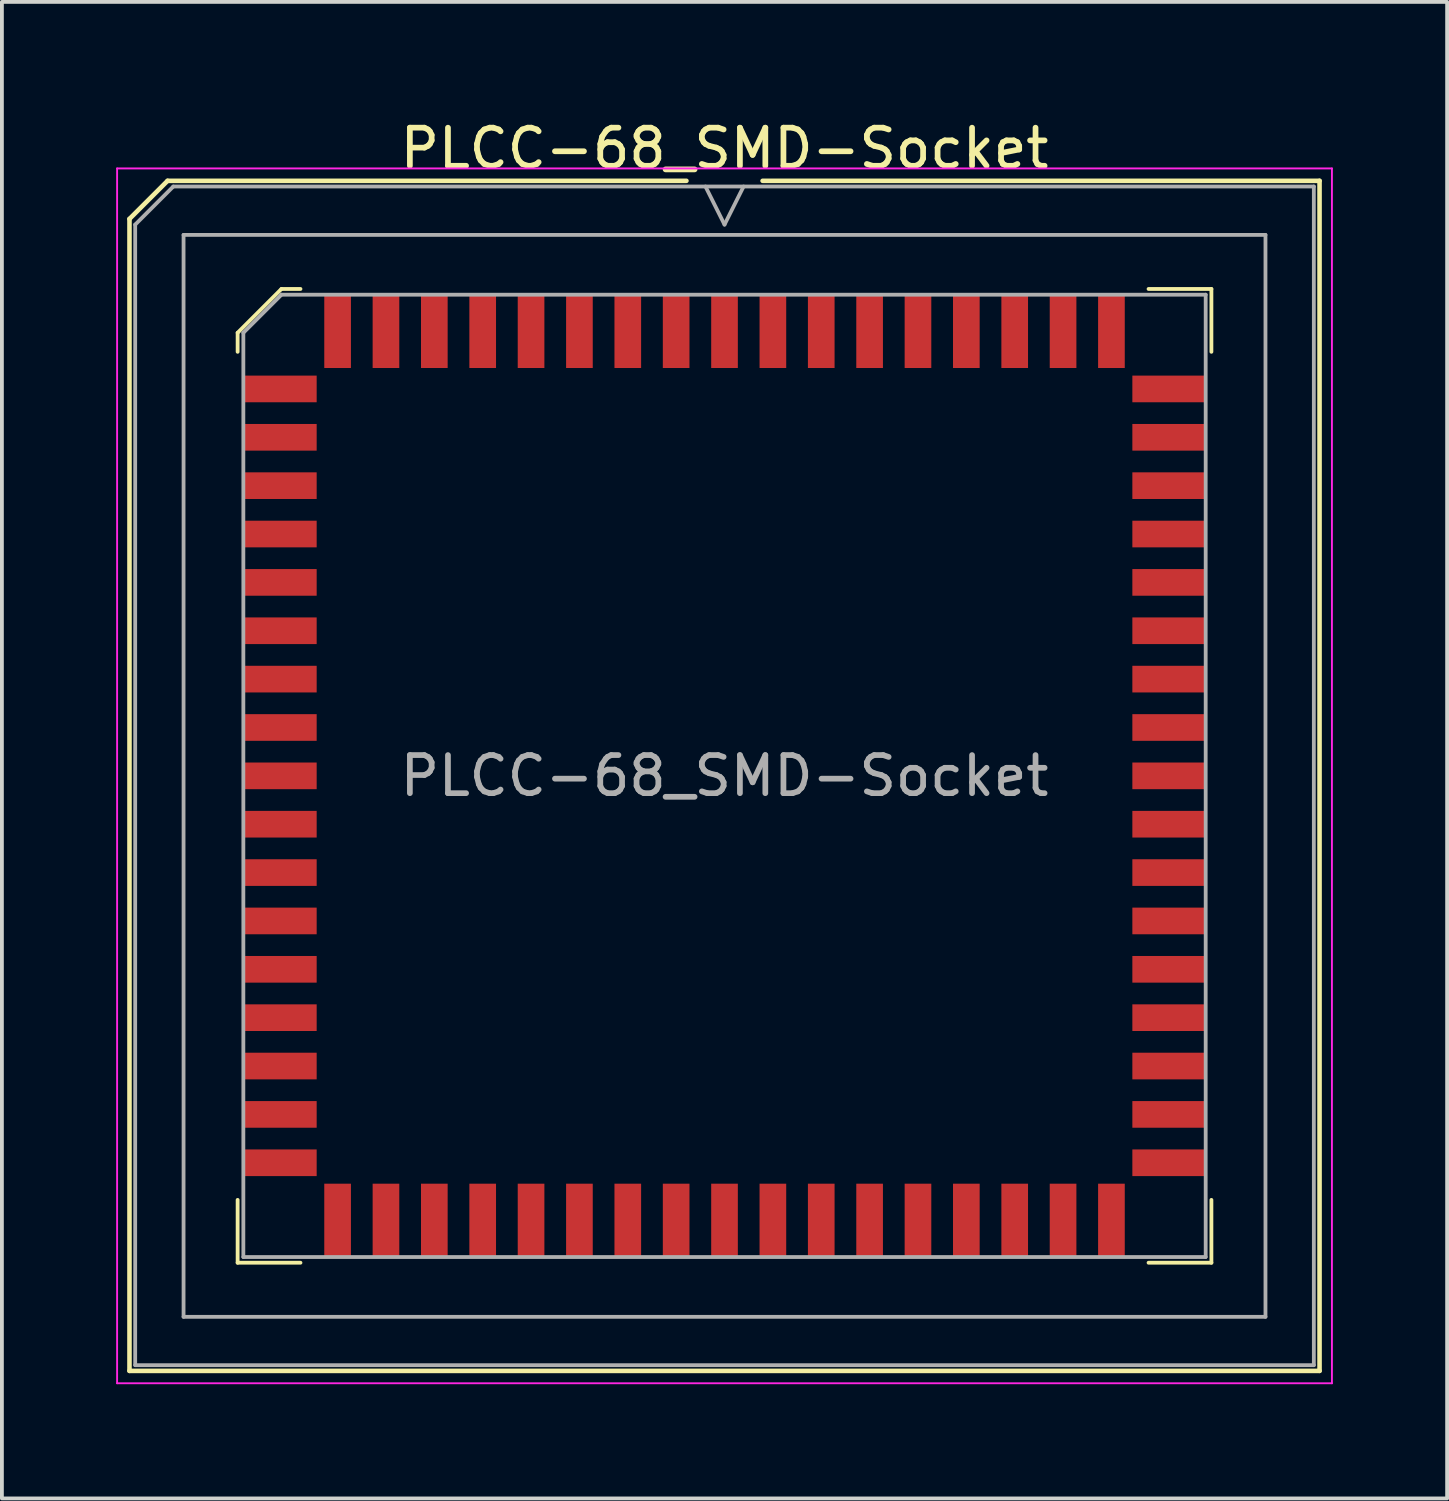
<source format=kicad_pcb>
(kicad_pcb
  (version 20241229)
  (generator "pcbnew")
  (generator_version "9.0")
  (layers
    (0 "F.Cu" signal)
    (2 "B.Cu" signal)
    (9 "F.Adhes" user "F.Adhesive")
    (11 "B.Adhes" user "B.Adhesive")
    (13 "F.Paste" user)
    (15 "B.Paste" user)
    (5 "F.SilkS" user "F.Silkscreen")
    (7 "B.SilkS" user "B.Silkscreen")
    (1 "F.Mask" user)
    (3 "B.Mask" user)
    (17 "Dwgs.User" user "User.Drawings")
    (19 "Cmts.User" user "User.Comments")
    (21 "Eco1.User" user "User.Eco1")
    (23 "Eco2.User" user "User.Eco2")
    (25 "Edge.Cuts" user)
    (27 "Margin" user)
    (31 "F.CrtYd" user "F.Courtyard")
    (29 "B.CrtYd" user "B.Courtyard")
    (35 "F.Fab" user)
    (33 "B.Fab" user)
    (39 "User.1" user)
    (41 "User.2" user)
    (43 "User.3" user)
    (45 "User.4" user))
  (footprint "PLCC-68_SMD-Socket"
    (layer "F.Cu")
    (at 15.975 17.323)
    (property "Reference" "PLCC-68_SMD-Socket" (at 0 -16.475 0) (layer "F.SilkS") (effects (font (size 1 1) (thickness 0.15))))
    (attr smd)
    (fp_line (start -15.625 -14.625) (end -15.625 15.625) (stroke (width 0.12) (type solid)) (layer "F.SilkS"))
    (fp_line (start -15.625 15.625) (end 15.625 15.625) (stroke (width 0.12) (type solid)) (layer "F.SilkS"))
    (fp_line (start -14.625 -15.625) (end -15.625 -14.625) (stroke (width 0.12) (type solid)) (layer "F.SilkS"))
    (fp_line (start -12.785 -11.635) (end -12.785 -11.135) (stroke (width 0.1) (type solid)) (layer "F.SilkS"))
    (fp_line (start -12.785 12.785) (end -12.785 11.135) (stroke (width 0.1) (type solid)) (layer "F.SilkS"))
    (fp_line (start -11.635 -12.785) (end -12.785 -11.635) (stroke (width 0.1) (type solid)) (layer "F.SilkS"))
    (fp_line (start -11.135 -12.785) (end -11.635 -12.785) (stroke (width 0.1) (type solid)) (layer "F.SilkS"))
    (fp_line (start -11.135 12.785) (end -12.785 12.785) (stroke (width 0.1) (type solid)) (layer "F.SilkS"))
    (fp_line (start -1 -15.625) (end -14.625 -15.625) (stroke (width 0.12) (type solid)) (layer "F.SilkS"))
    (fp_line (start 11.135 -12.785) (end 12.785 -12.785) (stroke (width 0.1) (type solid)) (layer "F.SilkS"))
    (fp_line (start 11.135 12.785) (end 12.785 12.785) (stroke (width 0.1) (type solid)) (layer "F.SilkS"))
    (fp_line (start 12.785 -12.785) (end 12.785 -11.135) (stroke (width 0.1) (type solid)) (layer "F.SilkS"))
    (fp_line (start 12.785 12.785) (end 12.785 11.135) (stroke (width 0.1) (type solid)) (layer "F.SilkS"))
    (fp_line (start 15.625 -15.625) (end 1 -15.625) (stroke (width 0.12) (type solid)) (layer "F.SilkS"))
    (fp_line (start 15.625 15.625) (end 15.625 -15.625) (stroke (width 0.12) (type solid)) (layer "F.SilkS"))
    (fp_line (start -15.95 -15.95) (end -15.95 15.95) (stroke (width 0.05) (type solid)) (layer "F.CrtYd"))
    (fp_line (start -15.95 15.95) (end 15.95 15.95) (stroke (width 0.05) (type solid)) (layer "F.CrtYd"))
    (fp_line (start 15.95 -15.95) (end -15.95 -15.95) (stroke (width 0.05) (type solid)) (layer "F.CrtYd"))
    (fp_line (start 15.95 15.95) (end 15.95 -15.95) (stroke (width 0.05) (type solid)) (layer "F.CrtYd"))
    (fp_line (start -15.475 -14.475) (end -15.475 15.475) (stroke (width 0.1) (type solid)) (layer "F.Fab"))
    (fp_line (start -15.475 15.475) (end 15.475 15.475) (stroke (width 0.1) (type solid)) (layer "F.Fab"))
    (fp_line (start -14.475 -15.475) (end -15.475 -14.475) (stroke (width 0.1) (type solid)) (layer "F.Fab"))
    (fp_line (start -14.205 -14.205) (end -14.205 14.205) (stroke (width 0.1) (type solid)) (layer "F.Fab"))
    (fp_line (start -14.205 14.205) (end 14.205 14.205) (stroke (width 0.1) (type solid)) (layer "F.Fab"))
    (fp_line (start -12.635 -11.635) (end -12.635 12.635) (stroke (width 0.1) (type solid)) (layer "F.Fab"))
    (fp_line (start -12.635 12.635) (end 12.635 12.635) (stroke (width 0.1) (type solid)) (layer "F.Fab"))
    (fp_line (start -11.635 -12.635) (end -12.635 -11.635) (stroke (width 0.1) (type solid)) (layer "F.Fab"))
    (fp_line (start -0.5 -15.475) (end 0 -14.475) (stroke (width 0.1) (type solid)) (layer "F.Fab"))
    (fp_line (start 0 -14.475) (end 0.5 -15.475) (stroke (width 0.1) (type solid)) (layer "F.Fab"))
    (fp_line (start 12.635 -12.635) (end -11.635 -12.635) (stroke (width 0.1) (type solid)) (layer "F.Fab"))
    (fp_line (start 12.635 12.635) (end 12.635 -12.635) (stroke (width 0.1) (type solid)) (layer "F.Fab"))
    (fp_line (start 14.205 -14.205) (end -14.205 -14.205) (stroke (width 0.1) (type solid)) (layer "F.Fab"))
    (fp_line (start 14.205 14.205) (end 14.205 -14.205) (stroke (width 0.1) (type solid)) (layer "F.Fab"))
    (fp_line (start 15.475 -15.475) (end -14.475 -15.475) (stroke (width 0.1) (type solid)) (layer "F.Fab"))
    (fp_line (start 15.475 15.475) (end 15.475 -15.475) (stroke (width 0.1) (type solid)) (layer "F.Fab"))
    (fp_text user "${REFERENCE}" (at 0 0 0) (layer "F.Fab") (effects (font (size 1 1) (thickness 0.15))))
    (pad "1" smd rect (at 0 -11.672) (size 0.7 1.925) (layers "F.Cu" "F.Mask" "F.Paste"))
    (pad "2" smd rect (at -1.27 -11.672) (size 0.7 1.925) (layers "F.Cu" "F.Mask" "F.Paste"))
    (pad "3" smd rect (at -2.54 -11.672) (size 0.7 1.925) (layers "F.Cu" "F.Mask" "F.Paste"))
    (pad "4" smd rect (at -3.81 -11.672) (size 0.7 1.925) (layers "F.Cu" "F.Mask" "F.Paste"))
    (pad "5" smd rect (at -5.08 -11.672) (size 0.7 1.925) (layers "F.Cu" "F.Mask" "F.Paste"))
    (pad "6" smd rect (at -6.35 -11.672) (size 0.7 1.925) (layers "F.Cu" "F.Mask" "F.Paste"))
    (pad "7" smd rect (at -7.62 -11.672) (size 0.7 1.925) (layers "F.Cu" "F.Mask" "F.Paste"))
    (pad "8" smd rect (at -8.89 -11.672) (size 0.7 1.925) (layers "F.Cu" "F.Mask" "F.Paste"))
    (pad "9" smd rect (at -10.16 -11.672) (size 0.7 1.925) (layers "F.Cu" "F.Mask" "F.Paste"))
    (pad "10" smd rect (at -11.672 -10.16) (size 1.925 0.7) (layers "F.Cu" "F.Mask" "F.Paste"))
    (pad "11" smd rect (at -11.672 -8.89) (size 1.925 0.7) (layers "F.Cu" "F.Mask" "F.Paste"))
    (pad "12" smd rect (at -11.672 -7.62) (size 1.925 0.7) (layers "F.Cu" "F.Mask" "F.Paste"))
    (pad "13" smd rect (at -11.672 -6.35) (size 1.925 0.7) (layers "F.Cu" "F.Mask" "F.Paste"))
    (pad "14" smd rect (at -11.672 -5.08) (size 1.925 0.7) (layers "F.Cu" "F.Mask" "F.Paste"))
    (pad "15" smd rect (at -11.672 -3.81) (size 1.925 0.7) (layers "F.Cu" "F.Mask" "F.Paste"))
    (pad "16" smd rect (at -11.672 -2.54) (size 1.925 0.7) (layers "F.Cu" "F.Mask" "F.Paste"))
    (pad "17" smd rect (at -11.672 -1.27) (size 1.925 0.7) (layers "F.Cu" "F.Mask" "F.Paste"))
    (pad "18" smd rect (at -11.672 0) (size 1.925 0.7) (layers "F.Cu" "F.Mask" "F.Paste"))
    (pad "19" smd rect (at -11.672 1.27) (size 1.925 0.7) (layers "F.Cu" "F.Mask" "F.Paste"))
    (pad "20" smd rect (at -11.672 2.54) (size 1.925 0.7) (layers "F.Cu" "F.Mask" "F.Paste"))
    (pad "21" smd rect (at -11.672 3.81) (size 1.925 0.7) (layers "F.Cu" "F.Mask" "F.Paste"))
    (pad "22" smd rect (at -11.672 5.08) (size 1.925 0.7) (layers "F.Cu" "F.Mask" "F.Paste"))
    (pad "23" smd rect (at -11.672 6.35) (size 1.925 0.7) (layers "F.Cu" "F.Mask" "F.Paste"))
    (pad "24" smd rect (at -11.672 7.62) (size 1.925 0.7) (layers "F.Cu" "F.Mask" "F.Paste"))
    (pad "25" smd rect (at -11.672 8.89) (size 1.925 0.7) (layers "F.Cu" "F.Mask" "F.Paste"))
    (pad "26" smd rect (at -11.672 10.16) (size 1.925 0.7) (layers "F.Cu" "F.Mask" "F.Paste"))
    (pad "27" smd rect (at -10.16 11.672) (size 0.7 1.925) (layers "F.Cu" "F.Mask" "F.Paste"))
    (pad "28" smd rect (at -8.89 11.672) (size 0.7 1.925) (layers "F.Cu" "F.Mask" "F.Paste"))
    (pad "29" smd rect (at -7.62 11.672) (size 0.7 1.925) (layers "F.Cu" "F.Mask" "F.Paste"))
    (pad "30" smd rect (at -6.35 11.672) (size 0.7 1.925) (layers "F.Cu" "F.Mask" "F.Paste"))
    (pad "31" smd rect (at -5.08 11.672) (size 0.7 1.925) (layers "F.Cu" "F.Mask" "F.Paste"))
    (pad "32" smd rect (at -3.81 11.672) (size 0.7 1.925) (layers "F.Cu" "F.Mask" "F.Paste"))
    (pad "33" smd rect (at -2.54 11.672) (size 0.7 1.925) (layers "F.Cu" "F.Mask" "F.Paste"))
    (pad "34" smd rect (at -1.27 11.672) (size 0.7 1.925) (layers "F.Cu" "F.Mask" "F.Paste"))
    (pad "35" smd rect (at 0 11.672) (size 0.7 1.925) (layers "F.Cu" "F.Mask" "F.Paste"))
    (pad "36" smd rect (at 1.27 11.672) (size 0.7 1.925) (layers "F.Cu" "F.Mask" "F.Paste"))
    (pad "37" smd rect (at 2.54 11.672) (size 0.7 1.925) (layers "F.Cu" "F.Mask" "F.Paste"))
    (pad "38" smd rect (at 3.81 11.672) (size 0.7 1.925) (layers "F.Cu" "F.Mask" "F.Paste"))
    (pad "39" smd rect (at 5.08 11.672) (size 0.7 1.925) (layers "F.Cu" "F.Mask" "F.Paste"))
    (pad "40" smd rect (at 6.35 11.672) (size 0.7 1.925) (layers "F.Cu" "F.Mask" "F.Paste"))
    (pad "41" smd rect (at 7.62 11.672) (size 0.7 1.925) (layers "F.Cu" "F.Mask" "F.Paste"))
    (pad "42" smd rect (at 8.89 11.672) (size 0.7 1.925) (layers "F.Cu" "F.Mask" "F.Paste"))
    (pad "43" smd rect (at 10.16 11.672) (size 0.7 1.925) (layers "F.Cu" "F.Mask" "F.Paste"))
    (pad "44" smd rect (at 11.672 10.16) (size 1.925 0.7) (layers "F.Cu" "F.Mask" "F.Paste"))
    (pad "45" smd rect (at 11.672 8.89) (size 1.925 0.7) (layers "F.Cu" "F.Mask" "F.Paste"))
    (pad "46" smd rect (at 11.672 7.62) (size 1.925 0.7) (layers "F.Cu" "F.Mask" "F.Paste"))
    (pad "47" smd rect (at 11.672 6.35) (size 1.925 0.7) (layers "F.Cu" "F.Mask" "F.Paste"))
    (pad "48" smd rect (at 11.672 5.08) (size 1.925 0.7) (layers "F.Cu" "F.Mask" "F.Paste"))
    (pad "49" smd rect (at 11.672 3.81) (size 1.925 0.7) (layers "F.Cu" "F.Mask" "F.Paste"))
    (pad "50" smd rect (at 11.672 2.54) (size 1.925 0.7) (layers "F.Cu" "F.Mask" "F.Paste"))
    (pad "51" smd rect (at 11.672 1.27) (size 1.925 0.7) (layers "F.Cu" "F.Mask" "F.Paste"))
    (pad "52" smd rect (at 11.672 0) (size 1.925 0.7) (layers "F.Cu" "F.Mask" "F.Paste"))
    (pad "53" smd rect (at 11.672 -1.27) (size 1.925 0.7) (layers "F.Cu" "F.Mask" "F.Paste"))
    (pad "54" smd rect (at 11.672 -2.54) (size 1.925 0.7) (layers "F.Cu" "F.Mask" "F.Paste"))
    (pad "55" smd rect (at 11.672 -3.81) (size 1.925 0.7) (layers "F.Cu" "F.Mask" "F.Paste"))
    (pad "56" smd rect (at 11.672 -5.08) (size 1.925 0.7) (layers "F.Cu" "F.Mask" "F.Paste"))
    (pad "57" smd rect (at 11.672 -6.35) (size 1.925 0.7) (layers "F.Cu" "F.Mask" "F.Paste"))
    (pad "58" smd rect (at 11.672 -7.62) (size 1.925 0.7) (layers "F.Cu" "F.Mask" "F.Paste"))
    (pad "59" smd rect (at 11.672 -8.89) (size 1.925 0.7) (layers "F.Cu" "F.Mask" "F.Paste"))
    (pad "60" smd rect (at 11.672 -10.16) (size 1.925 0.7) (layers "F.Cu" "F.Mask" "F.Paste"))
    (pad "61" smd rect (at 10.16 -11.672) (size 0.7 1.925) (layers "F.Cu" "F.Mask" "F.Paste"))
    (pad "62" smd rect (at 8.89 -11.672) (size 0.7 1.925) (layers "F.Cu" "F.Mask" "F.Paste"))
    (pad "63" smd rect (at 7.62 -11.672) (size 0.7 1.925) (layers "F.Cu" "F.Mask" "F.Paste"))
    (pad "64" smd rect (at 6.35 -11.672) (size 0.7 1.925) (layers "F.Cu" "F.Mask" "F.Paste"))
    (pad "65" smd rect (at 5.08 -11.672) (size 0.7 1.925) (layers "F.Cu" "F.Mask" "F.Paste"))
    (pad "66" smd rect (at 3.81 -11.672) (size 0.7 1.925) (layers "F.Cu" "F.Mask" "F.Paste"))
    (pad "67" smd rect (at 2.54 -11.672) (size 0.7 1.925) (layers "F.Cu" "F.Mask" "F.Paste"))
    (pad "68" smd rect (at 1.27 -11.672) (size 0.7 1.925) (layers "F.Cu" "F.Mask" "F.Paste")))
  (gr_rect
    (start -3 -3)
    (end 34.95 36.298)
    (stroke (width 0.1) (type default))
    (fill no)
    (layer "Edge.Cuts")))
</source>
